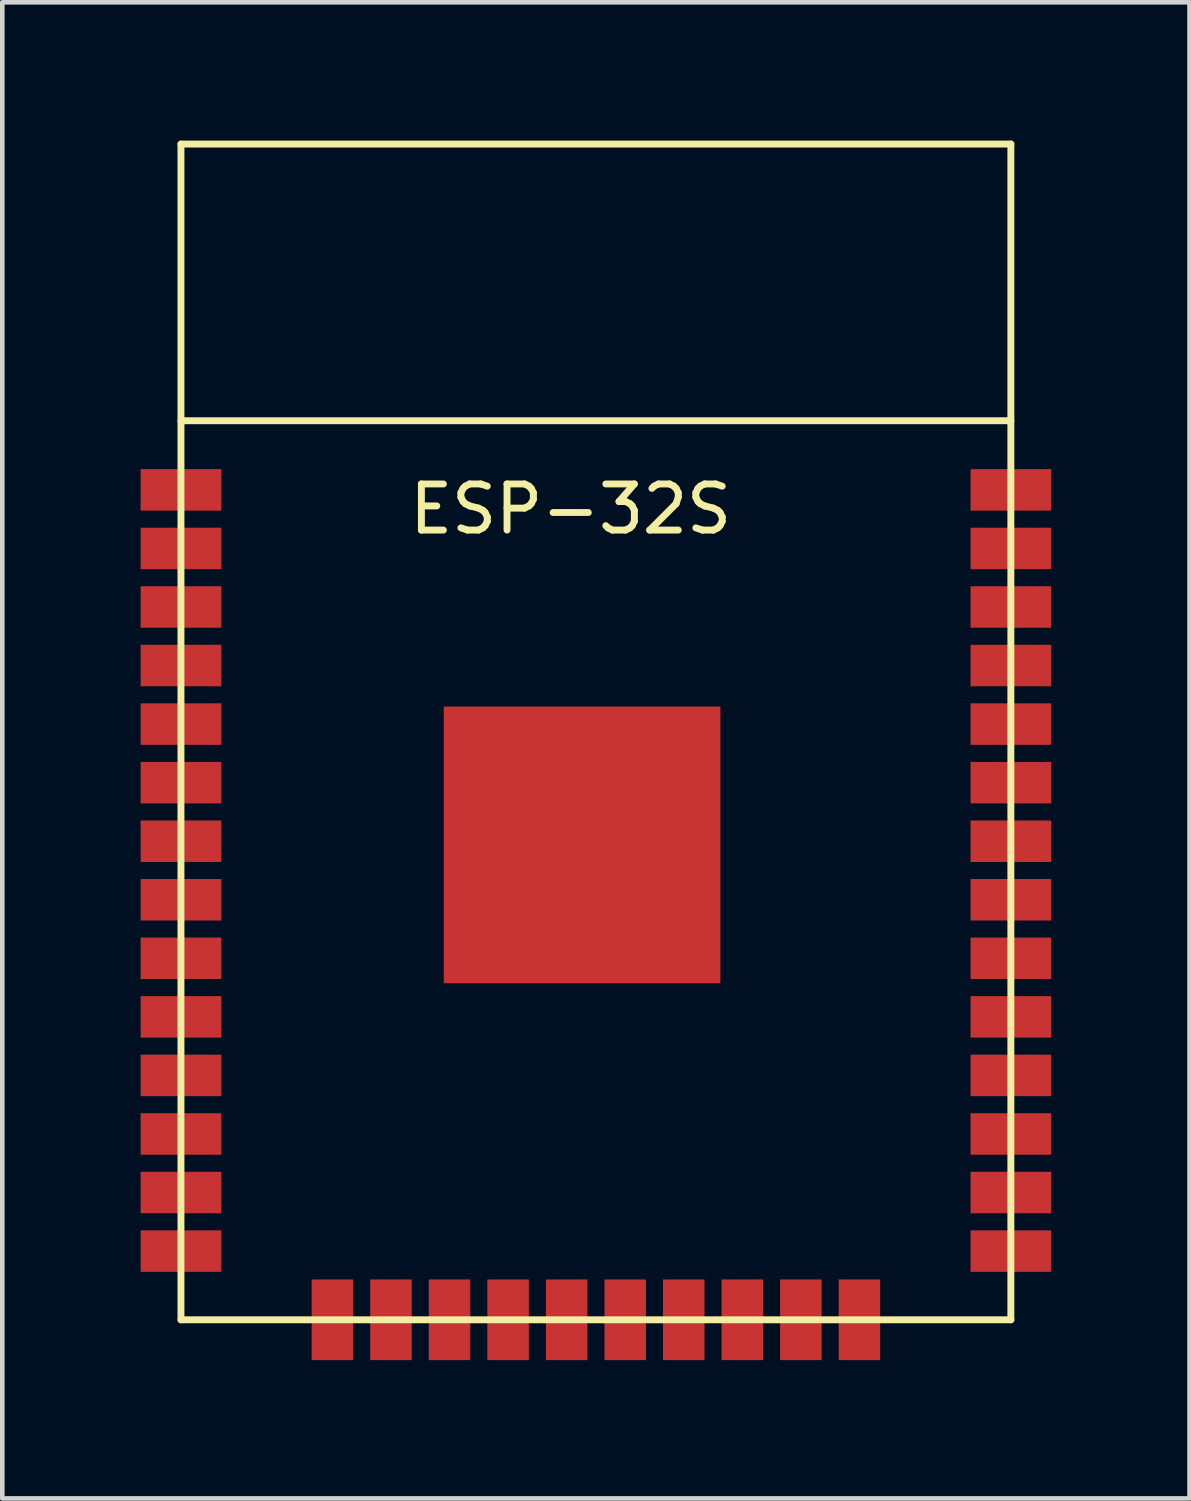
<source format=kicad_pcb>
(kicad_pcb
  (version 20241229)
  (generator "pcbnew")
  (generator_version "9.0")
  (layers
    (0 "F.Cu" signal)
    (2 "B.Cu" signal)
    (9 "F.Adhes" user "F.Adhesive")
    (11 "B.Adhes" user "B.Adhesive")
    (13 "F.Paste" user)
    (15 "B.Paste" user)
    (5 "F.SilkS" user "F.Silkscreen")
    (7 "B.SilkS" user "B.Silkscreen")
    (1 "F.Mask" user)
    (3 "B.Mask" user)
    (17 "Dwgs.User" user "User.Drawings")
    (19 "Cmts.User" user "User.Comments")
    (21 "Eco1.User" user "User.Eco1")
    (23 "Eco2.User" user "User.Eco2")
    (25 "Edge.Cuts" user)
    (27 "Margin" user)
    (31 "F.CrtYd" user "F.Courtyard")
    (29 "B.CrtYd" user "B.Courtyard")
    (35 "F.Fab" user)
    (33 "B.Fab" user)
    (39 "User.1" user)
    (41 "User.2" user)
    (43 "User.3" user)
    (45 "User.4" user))
  (footprint "ESP-32S"
    (layer "F.Cu")
    (at 9.928 17.092)
    (property "Reference" "ESP-32S" (at -0.6 -9.1 0) (layer "F.SilkS") (effects (font (size 1 1) (thickness 0.15))))
    (attr through_hole)
    (fp_line (start -9.053 -17.017) (end -9.053 8.483) (stroke (width 0.15) (type solid)) (layer "F.SilkS"))
    (fp_line (start 8.947 -17.017) (end -9.053 -17.017) (stroke (width 0.15) (type solid)) (layer "F.SilkS"))
    (fp_line (start 8.947 -17.017) (end 8.947 8.483) (stroke (width 0.15) (type solid)) (layer "F.SilkS"))
    (fp_line (start 8.947 -11.017) (end -9.053 -11.017) (stroke (width 0.15) (type solid)) (layer "F.SilkS"))
    (fp_line (start 8.947 8.483) (end -9.053 8.483) (stroke (width 0.15) (type solid)) (layer "F.SilkS"))
    (pad "1" smd rect (at -9.053 -9.517 180) (size 1.75 0.9) (layers "F.Cu" "F.Mask" "F.Paste"))
    (pad "2" smd rect (at -9.053 -8.247 180) (size 1.75 0.9) (layers "F.Cu" "F.Mask" "F.Paste"))
    (pad "3" smd rect (at -9.053 -6.977 180) (size 1.75 0.9) (layers "F.Cu" "F.Mask" "F.Paste"))
    (pad "4" smd rect (at -9.053 -5.707 180) (size 1.75 0.9) (layers "F.Cu" "F.Mask" "F.Paste"))
    (pad "5" smd rect (at -9.053 -4.437 180) (size 1.75 0.9) (layers "F.Cu" "F.Mask" "F.Paste"))
    (pad "6" smd rect (at -9.053 -3.167 180) (size 1.75 0.9) (layers "F.Cu" "F.Mask" "F.Paste"))
    (pad "7" smd rect (at -9.053 -1.897 180) (size 1.75 0.9) (layers "F.Cu" "F.Mask" "F.Paste"))
    (pad "8" smd rect (at -9.053 -0.627 180) (size 1.75 0.9) (layers "F.Cu" "F.Mask" "F.Paste"))
    (pad "9" smd rect (at -9.053 0.643 180) (size 1.75 0.9) (layers "F.Cu" "F.Mask" "F.Paste"))
    (pad "10" smd rect (at -9.053 1.913 180) (size 1.75 0.9) (layers "F.Cu" "F.Mask" "F.Paste"))
    (pad "11" smd rect (at -9.053 3.183 180) (size 1.75 0.9) (layers "F.Cu" "F.Mask" "F.Paste"))
    (pad "12" smd rect (at -9.053 4.453 180) (size 1.75 0.9) (layers "F.Cu" "F.Mask" "F.Paste"))
    (pad "13" smd rect (at -9.053 5.723 180) (size 1.75 0.9) (layers "F.Cu" "F.Mask" "F.Paste"))
    (pad "14" smd rect (at -9.053 6.993 180) (size 1.75 0.9) (layers "F.Cu" "F.Mask" "F.Paste"))
    (pad "15" smd rect (at -5.768 8.483 180) (size 0.9 1.75) (layers "F.Cu" "F.Mask" "F.Paste"))
    (pad "16" smd rect (at -4.498 8.483 180) (size 0.9 1.75) (layers "F.Cu" "F.Mask" "F.Paste"))
    (pad "17" smd rect (at -3.228 8.483 180) (size 0.9 1.75) (layers "F.Cu" "F.Mask" "F.Paste"))
    (pad "18" smd rect (at -1.958 8.483 180) (size 0.9 1.75) (layers "F.Cu" "F.Mask" "F.Paste"))
    (pad "19" smd rect (at -0.688 8.483 180) (size 0.9 1.75) (layers "F.Cu" "F.Mask" "F.Paste"))
    (pad "20" smd rect (at 0.582 8.483 180) (size 0.9 1.75) (layers "F.Cu" "F.Mask" "F.Paste"))
    (pad "21" smd rect (at 1.852 8.483 180) (size 0.9 1.75) (layers "F.Cu" "F.Mask" "F.Paste"))
    (pad "22" smd rect (at 3.122 8.483 180) (size 0.9 1.75) (layers "F.Cu" "F.Mask" "F.Paste"))
    (pad "23" smd rect (at 4.392 8.483 180) (size 0.9 1.75) (layers "F.Cu" "F.Mask" "F.Paste"))
    (pad "24" smd rect (at 5.662 8.483 180) (size 0.9 1.75) (layers "F.Cu" "F.Mask" "F.Paste"))
    (pad "25" smd rect (at 8.947 6.993 180) (size 1.75 0.9) (layers "F.Cu" "F.Mask" "F.Paste"))
    (pad "26" smd rect (at 8.947 5.723 180) (size 1.75 0.9) (layers "F.Cu" "F.Mask" "F.Paste"))
    (pad "27" smd rect (at 8.947 4.453 180) (size 1.75 0.9) (layers "F.Cu" "F.Mask" "F.Paste"))
    (pad "28" smd rect (at 8.947 3.183 180) (size 1.75 0.9) (layers "F.Cu" "F.Mask" "F.Paste"))
    (pad "29" smd rect (at 8.947 1.913 180) (size 1.75 0.9) (layers "F.Cu" "F.Mask" "F.Paste"))
    (pad "30" smd rect (at 8.947 0.643 180) (size 1.75 0.9) (layers "F.Cu" "F.Mask" "F.Paste"))
    (pad "31" smd rect (at 8.947 -0.627 180) (size 1.75 0.9) (layers "F.Cu" "F.Mask" "F.Paste"))
    (pad "32" smd rect (at 8.947 -1.897 180) (size 1.75 0.9) (layers "F.Cu" "F.Mask" "F.Paste"))
    (pad "33" smd rect (at 8.947 -3.167 180) (size 1.75 0.9) (layers "F.Cu" "F.Mask" "F.Paste"))
    (pad "34" smd rect (at 8.947 -4.437 180) (size 1.75 0.9) (layers "F.Cu" "F.Mask" "F.Paste"))
    (pad "35" smd rect (at 8.947 -5.707 180) (size 1.75 0.9) (layers "F.Cu" "F.Mask" "F.Paste"))
    (pad "36" smd rect (at 8.947 -6.977 180) (size 1.75 0.9) (layers "F.Cu" "F.Mask" "F.Paste"))
    (pad "37" smd rect (at 8.947 -8.247 180) (size 1.75 0.9) (layers "F.Cu" "F.Mask" "F.Paste"))
    (pad "38" smd rect (at 8.947 -9.517 180) (size 1.75 0.9) (layers "F.Cu" "F.Mask" "F.Paste"))
    (pad "39" smd rect (at -0.353 -1.817 180) (size 6 6) (layers "F.Cu" "F.Mask" "F.Paste")))
  (gr_rect
    (start -3 -3)
    (end 22.75 29.45)
    (stroke (width 0.1) (type default))
    (fill no)
    (layer "Edge.Cuts")))
</source>
